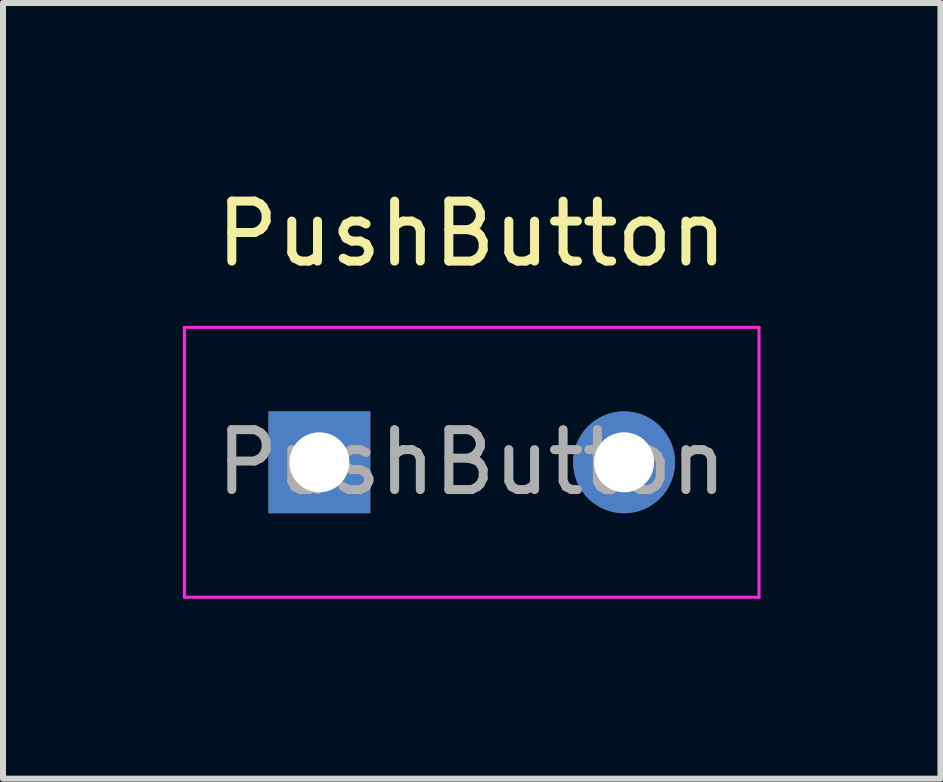
<source format=kicad_pcb>
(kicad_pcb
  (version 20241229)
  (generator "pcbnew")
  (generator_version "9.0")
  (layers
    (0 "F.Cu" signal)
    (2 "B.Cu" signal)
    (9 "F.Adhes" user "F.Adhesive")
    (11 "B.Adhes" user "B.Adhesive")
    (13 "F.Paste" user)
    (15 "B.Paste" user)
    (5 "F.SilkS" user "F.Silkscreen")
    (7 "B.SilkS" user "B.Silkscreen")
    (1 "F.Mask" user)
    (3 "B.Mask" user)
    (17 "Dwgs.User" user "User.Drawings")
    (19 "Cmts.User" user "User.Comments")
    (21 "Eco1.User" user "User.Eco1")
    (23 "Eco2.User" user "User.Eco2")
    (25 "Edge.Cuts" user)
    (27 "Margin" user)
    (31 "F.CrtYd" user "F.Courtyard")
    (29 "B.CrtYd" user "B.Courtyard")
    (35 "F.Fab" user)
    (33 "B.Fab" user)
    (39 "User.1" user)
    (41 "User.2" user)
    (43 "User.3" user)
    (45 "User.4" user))
  (footprint "PushButton"
    (layer "F.Cu")
    (at 2.275 4.658)
    (property "Reference" "PushButton" (at 2.54 -3.81 0) (layer "F.SilkS") (effects (font (size 1 1) (thickness 0.15))))
    (attr exclude_from_pos_files exclude_from_bom)
    (fp_line (start -2.25 -2.25) (end -2.25 2.25) (stroke (width 0.05) (type solid)) (layer "F.CrtYd"))
    (fp_line (start -2.25 -2.25) (end 7.33 -2.25) (stroke (width 0.05) (type solid)) (layer "F.CrtYd"))
    (fp_line (start 7.33 2.25) (end -2.25 2.25) (stroke (width 0.05) (type solid)) (layer "F.CrtYd"))
    (fp_line (start 7.33 2.25) (end 7.33 -2.25) (stroke (width 0.05) (type solid)) (layer "F.CrtYd"))
    (fp_text user "${REFERENCE}" (at 2.54 0 0) (layer "F.Fab") (effects (font (size 1 1) (thickness 0.15))))
    (pad "1" thru_hole rect (at 0 0) (size 1.699 1.699) (drill 1) (layers "*.Cu" "*.Mask"))
    (pad "2" thru_hole circle (at 5.08 0) (size 1.699 1.699) (drill 1) (layers "*.Cu" "*.Mask")))
  (gr_rect
    (start -3 -3)
    (end 12.63 9.933)
    (stroke (width 0.1) (type default))
    (fill no)
    (layer "Edge.Cuts")))
</source>
